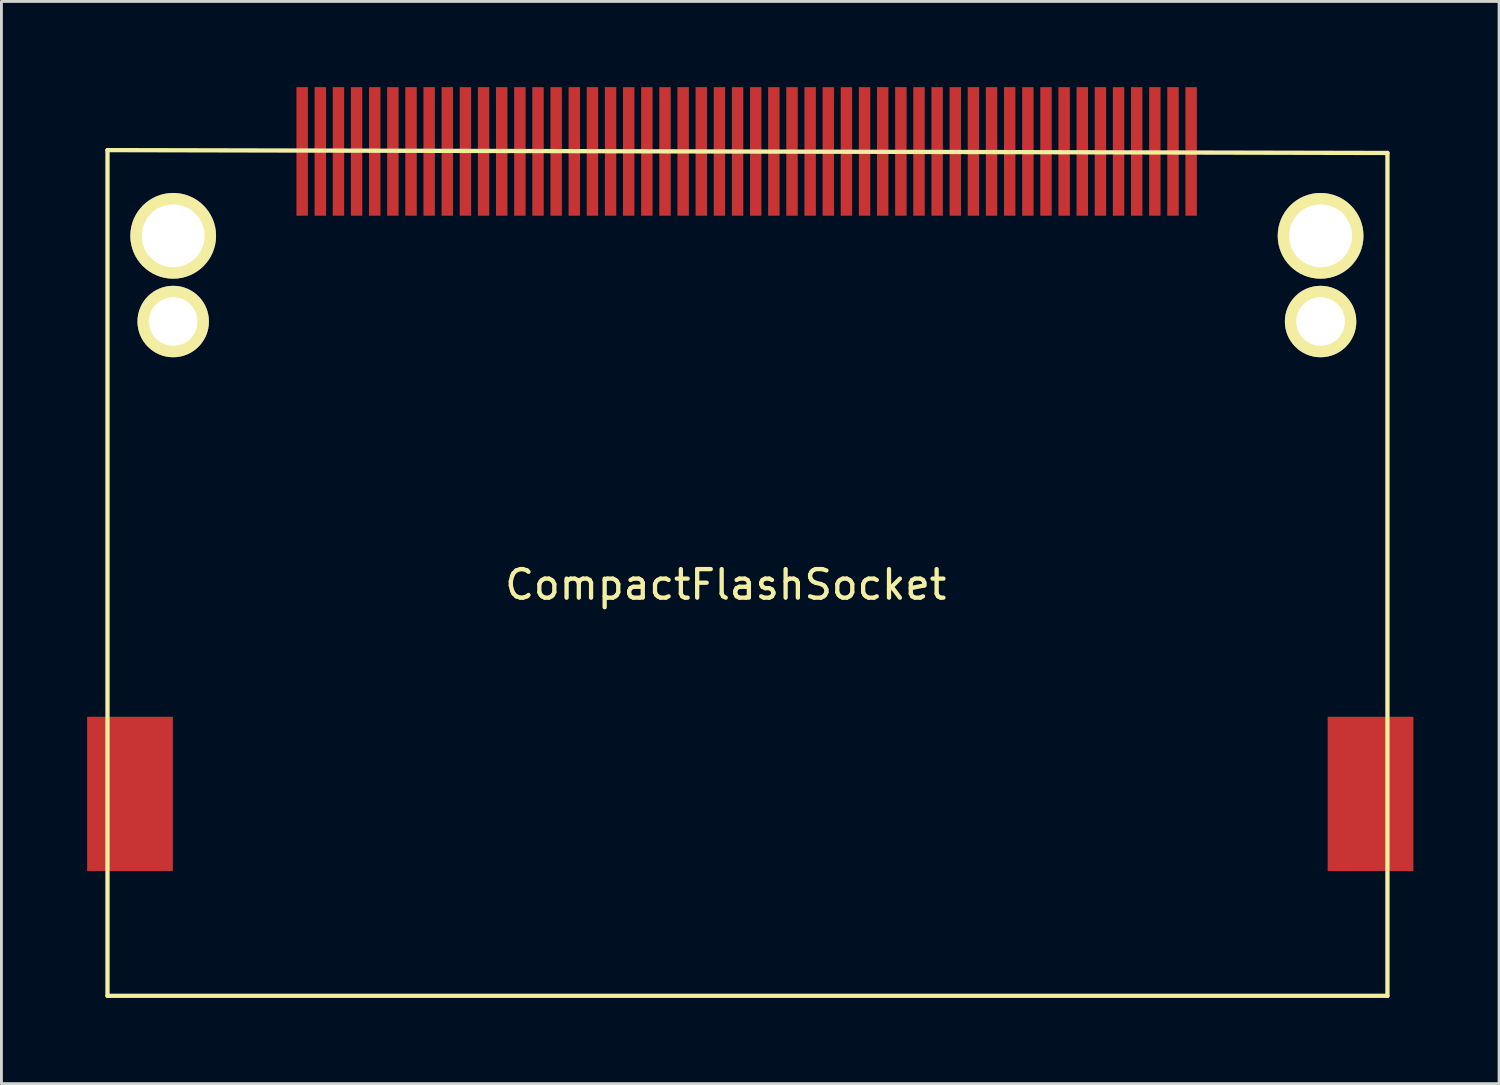
<source format=kicad_pcb>
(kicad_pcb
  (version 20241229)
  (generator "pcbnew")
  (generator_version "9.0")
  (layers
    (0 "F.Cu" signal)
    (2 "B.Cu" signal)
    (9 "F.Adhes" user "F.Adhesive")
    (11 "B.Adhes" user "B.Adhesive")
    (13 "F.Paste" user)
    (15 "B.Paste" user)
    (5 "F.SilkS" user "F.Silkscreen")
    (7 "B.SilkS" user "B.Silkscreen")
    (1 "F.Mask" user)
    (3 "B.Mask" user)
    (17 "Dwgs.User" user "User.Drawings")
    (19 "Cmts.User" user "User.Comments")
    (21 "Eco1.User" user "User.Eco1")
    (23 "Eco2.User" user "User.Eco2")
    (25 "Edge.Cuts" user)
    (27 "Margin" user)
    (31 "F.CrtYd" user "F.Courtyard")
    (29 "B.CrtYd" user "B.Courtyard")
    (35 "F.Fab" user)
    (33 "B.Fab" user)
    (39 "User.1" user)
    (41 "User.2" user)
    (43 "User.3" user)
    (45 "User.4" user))
  (footprint "CompactFlashSocket"
    (layer "F.Cu")
    (at 22.212 17.604)
    (property "Reference" "CompactFlashSocket" (at 0.14 -0.19 0) (layer "F.SilkS") (effects (font (size 1 1) (thickness 0.15))))
    (attr through_hole)
    (fp_line (start -21.5 -15.4) (end -21.5 14.2) (stroke (width 0.15) (type solid)) (layer "F.SilkS"))
    (fp_line (start -21.5 14.2) (end 23.3 14.2) (stroke (width 0.15) (type solid)) (layer "F.SilkS"))
    (fp_line (start 23.3 -15.3) (end -21.5 -15.4) (stroke (width 0.15) (type solid)) (layer "F.SilkS"))
    (fp_line (start 23.3 14.2) (end 23.3 -15.3) (stroke (width 0.15) (type solid)) (layer "F.SilkS"))
    (pad "" smd rect (at -20.712 7.134) (size 3 5.4) (layers "F.Cu" "F.Mask" "F.Paste"))
    (pad "" thru_hole circle (at -19.2 -12.4) (size 3 3) (drill 2.2) (layers "*.Cu" "*.Mask" "F.SilkS"))
    (pad "" thru_hole circle (at -19.2 -9.4) (size 2.5 2.5) (drill 1.7) (layers "*.Cu" "*.Mask" "F.SilkS"))
    (pad "" thru_hole circle (at 20.96 -12.4) (size 3 3) (drill 2.2) (layers "*.Cu" "*.Mask" "F.SilkS"))
    (pad "" thru_hole circle (at 20.96 -9.4) (size 2.5 2.5) (drill 1.7) (layers "*.Cu" "*.Mask" "F.SilkS"))
    (pad "" smd rect (at 22.708 7.134) (size 3 5.4) (layers "F.Cu" "F.Mask" "F.Paste"))
    (pad "1" smd rect (at -14.686 -15.354) (size 0.4 4.5) (layers "F.Cu" "F.Mask" "F.Paste"))
    (pad "2" smd rect (at -13.416 -15.354) (size 0.4 4.5) (layers "F.Cu" "F.Mask" "F.Paste"))
    (pad "3" smd rect (at -12.146 -15.354) (size 0.4 4.5) (layers "F.Cu" "F.Mask" "F.Paste"))
    (pad "4" smd rect (at -10.876 -15.354) (size 0.4 4.5) (layers "F.Cu" "F.Mask" "F.Paste"))
    (pad "5" smd rect (at -9.606 -15.354) (size 0.4 4.5) (layers "F.Cu" "F.Mask" "F.Paste"))
    (pad "6" smd rect (at -8.336 -15.354) (size 0.4 4.5) (layers "F.Cu" "F.Mask" "F.Paste"))
    (pad "7" smd rect (at -7.066 -15.354) (size 0.4 4.5) (layers "F.Cu" "F.Mask" "F.Paste"))
    (pad "8" smd rect (at -5.796 -15.354) (size 0.4 4.5) (layers "F.Cu" "F.Mask" "F.Paste"))
    (pad "9" smd rect (at -4.526 -15.354) (size 0.4 4.5) (layers "F.Cu" "F.Mask" "F.Paste"))
    (pad "10" smd rect (at -3.256 -15.354) (size 0.4 4.5) (layers "F.Cu" "F.Mask" "F.Paste"))
    (pad "11" smd rect (at -1.986 -15.354) (size 0.4 4.5) (layers "F.Cu" "F.Mask" "F.Paste"))
    (pad "12" smd rect (at -0.716 -15.354) (size 0.4 4.5) (layers "F.Cu" "F.Mask" "F.Paste"))
    (pad "13" smd rect (at 0.554 -15.354) (size 0.4 4.5) (layers "F.Cu" "F.Mask" "F.Paste"))
    (pad "14" smd rect (at 1.824 -15.354) (size 0.4 4.5) (layers "F.Cu" "F.Mask" "F.Paste"))
    (pad "15" smd rect (at 3.094 -15.354) (size 0.4 4.5) (layers "F.Cu" "F.Mask" "F.Paste"))
    (pad "16" smd rect (at 4.364 -15.354) (size 0.4 4.5) (layers "F.Cu" "F.Mask" "F.Paste"))
    (pad "17" smd rect (at 5.634 -15.354) (size 0.4 4.5) (layers "F.Cu" "F.Mask" "F.Paste"))
    (pad "18" smd rect (at 6.904 -15.354) (size 0.4 4.5) (layers "F.Cu" "F.Mask" "F.Paste"))
    (pad "19" smd rect (at 8.174 -15.354) (size 0.4 4.5) (layers "F.Cu" "F.Mask" "F.Paste"))
    (pad "20" smd rect (at 9.444 -15.354) (size 0.4 4.5) (layers "F.Cu" "F.Mask" "F.Paste"))
    (pad "21" smd rect (at 10.714 -15.354) (size 0.4 4.5) (layers "F.Cu" "F.Mask" "F.Paste"))
    (pad "22" smd rect (at 11.984 -15.354) (size 0.4 4.5) (layers "F.Cu" "F.Mask" "F.Paste"))
    (pad "23" smd rect (at 13.254 -15.354) (size 0.4 4.5) (layers "F.Cu" "F.Mask" "F.Paste"))
    (pad "24" smd rect (at 14.524 -15.354) (size 0.4 4.5) (layers "F.Cu" "F.Mask" "F.Paste"))
    (pad "25" smd rect (at 15.794 -15.354) (size 0.4 4.5) (layers "F.Cu" "F.Mask" "F.Paste"))
    (pad "26" smd rect (at -14.051 -15.354) (size 0.4 4.5) (layers "F.Cu" "F.Mask" "F.Paste"))
    (pad "27" smd rect (at -12.781 -15.354) (size 0.4 4.5) (layers "F.Cu" "F.Mask" "F.Paste"))
    (pad "28" smd rect (at -11.511 -15.354) (size 0.4 4.5) (layers "F.Cu" "F.Mask" "F.Paste"))
    (pad "29" smd rect (at -10.241 -15.354) (size 0.4 4.5) (layers "F.Cu" "F.Mask" "F.Paste"))
    (pad "30" smd rect (at -8.971 -15.354) (size 0.4 4.5) (layers "F.Cu" "F.Mask" "F.Paste"))
    (pad "31" smd rect (at -7.701 -15.354) (size 0.4 4.5) (layers "F.Cu" "F.Mask" "F.Paste"))
    (pad "32" smd rect (at -6.431 -15.354) (size 0.4 4.5) (layers "F.Cu" "F.Mask" "F.Paste"))
    (pad "33" smd rect (at -5.161 -15.354) (size 0.4 4.5) (layers "F.Cu" "F.Mask" "F.Paste"))
    (pad "34" smd rect (at -3.891 -15.354) (size 0.4 4.5) (layers "F.Cu" "F.Mask" "F.Paste"))
    (pad "35" smd rect (at -2.621 -15.354) (size 0.4 4.5) (layers "F.Cu" "F.Mask" "F.Paste"))
    (pad "36" smd rect (at -1.351 -15.354) (size 0.4 4.5) (layers "F.Cu" "F.Mask" "F.Paste"))
    (pad "37" smd rect (at -0.081 -15.354) (size 0.4 4.5) (layers "F.Cu" "F.Mask" "F.Paste"))
    (pad "38" smd rect (at 1.189 -15.354) (size 0.4 4.5) (layers "F.Cu" "F.Mask" "F.Paste"))
    (pad "39" smd rect (at 2.459 -15.354) (size 0.4 4.5) (layers "F.Cu" "F.Mask" "F.Paste"))
    (pad "40" smd rect (at 3.729 -15.354) (size 0.4 4.5) (layers "F.Cu" "F.Mask" "F.Paste"))
    (pad "41" smd rect (at 4.999 -15.354) (size 0.4 4.5) (layers "F.Cu" "F.Mask" "F.Paste"))
    (pad "42" smd rect (at 6.269 -15.354) (size 0.4 4.5) (layers "F.Cu" "F.Mask" "F.Paste"))
    (pad "43" smd rect (at 7.539 -15.354) (size 0.4 4.5) (layers "F.Cu" "F.Mask" "F.Paste"))
    (pad "44" smd rect (at 8.809 -15.354) (size 0.4 4.5) (layers "F.Cu" "F.Mask" "F.Paste"))
    (pad "45" smd rect (at 10.079 -15.354) (size 0.4 4.5) (layers "F.Cu" "F.Mask" "F.Paste"))
    (pad "46" smd rect (at 11.349 -15.354) (size 0.4 4.5) (layers "F.Cu" "F.Mask" "F.Paste"))
    (pad "47" smd rect (at 12.619 -15.354) (size 0.4 4.5) (layers "F.Cu" "F.Mask" "F.Paste"))
    (pad "48" smd rect (at 13.889 -15.354) (size 0.4 4.5) (layers "F.Cu" "F.Mask" "F.Paste"))
    (pad "49" smd rect (at 15.159 -15.354) (size 0.4 4.5) (layers "F.Cu" "F.Mask" "F.Paste"))
    (pad "50" smd rect (at 16.429 -15.354) (size 0.4 4.5) (layers "F.Cu" "F.Mask" "F.Paste")))
  (gr_rect
    (start -3 -3)
    (end 49.42 34.879)
    (stroke (width 0.1) (type default))
    (fill no)
    (layer "Edge.Cuts")))
</source>
